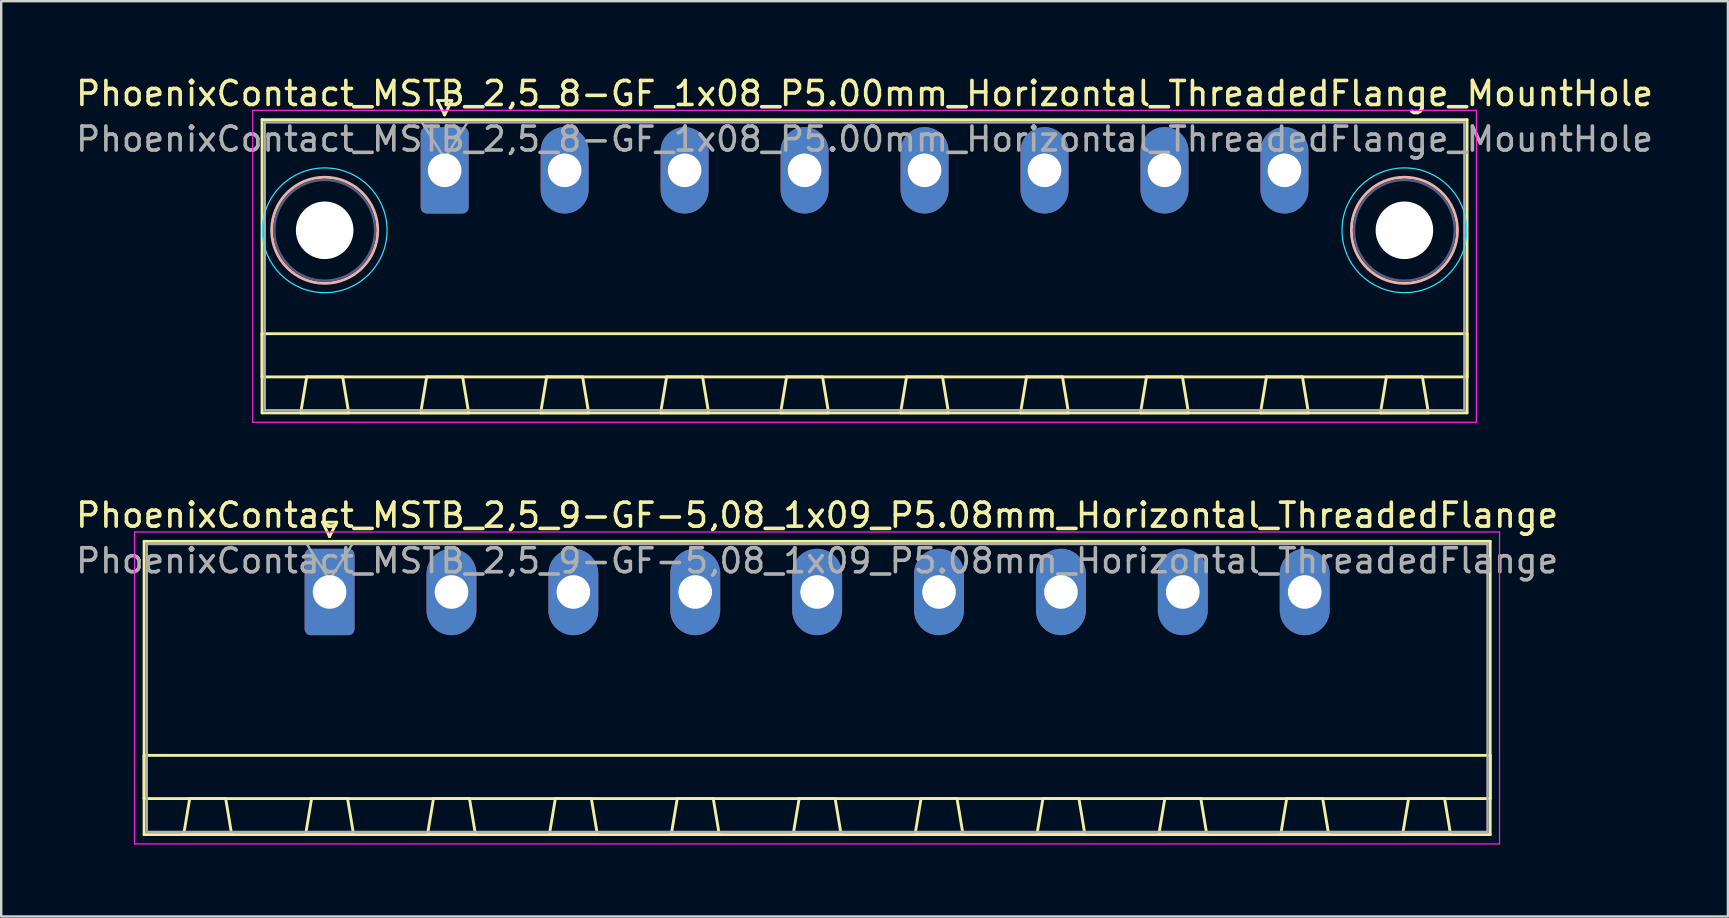
<source format=kicad_pcb>
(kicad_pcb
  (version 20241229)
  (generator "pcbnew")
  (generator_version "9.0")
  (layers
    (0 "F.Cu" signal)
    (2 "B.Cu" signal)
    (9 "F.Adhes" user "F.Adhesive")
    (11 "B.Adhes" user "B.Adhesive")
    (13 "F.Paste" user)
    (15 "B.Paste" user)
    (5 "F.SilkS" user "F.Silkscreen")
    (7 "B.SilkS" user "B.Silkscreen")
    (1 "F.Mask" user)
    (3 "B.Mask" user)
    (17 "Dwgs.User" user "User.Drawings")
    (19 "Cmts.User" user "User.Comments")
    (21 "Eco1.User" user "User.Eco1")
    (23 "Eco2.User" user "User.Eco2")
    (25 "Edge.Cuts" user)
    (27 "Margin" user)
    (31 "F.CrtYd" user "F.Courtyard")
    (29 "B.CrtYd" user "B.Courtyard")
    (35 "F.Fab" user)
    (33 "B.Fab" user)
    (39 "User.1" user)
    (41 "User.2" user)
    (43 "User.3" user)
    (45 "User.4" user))
  (footprint "PhoenixContact_MSTB_2,5_8-GF_1x08_P5.00mm_Horizontal_ThreadedFlange_MountHole"
    (layer "F.Cu")
    (at 15.482 4.048)
    (property "Reference" "PhoenixContact_MSTB_2,5_8-GF_1x08_P5.00mm_Horizontal_ThreadedFlange_MountHole" (at 17.5 -3.2 0) (layer "F.SilkS") (effects (font (size 1 1) (thickness 0.15))))
    (attr through_hole)
    (fp_line (start -7.61 -2.11) (end -7.61 10.11) (stroke (width 0.12) (type solid)) (layer "F.SilkS"))
    (fp_line (start -7.61 6.81) (end 42.61 6.81) (stroke (width 0.12) (type solid)) (layer "F.SilkS"))
    (fp_line (start -7.61 8.61) (end -7.61 6.81) (stroke (width 0.12) (type solid)) (layer "F.SilkS"))
    (fp_line (start -7.61 10.11) (end 42.61 10.11) (stroke (width 0.12) (type solid)) (layer "F.SilkS"))
    (fp_line (start -6 10.11) (end -4 10.11) (stroke (width 0.12) (type solid)) (layer "F.SilkS"))
    (fp_line (start -5.75 8.61) (end -6 10.11) (stroke (width 0.12) (type solid)) (layer "F.SilkS"))
    (fp_line (start -4.25 8.61) (end -5.75 8.61) (stroke (width 0.12) (type solid)) (layer "F.SilkS"))
    (fp_line (start -4 10.11) (end -4.25 8.61) (stroke (width 0.12) (type solid)) (layer "F.SilkS"))
    (fp_line (start -1 10.11) (end 1 10.11) (stroke (width 0.12) (type solid)) (layer "F.SilkS"))
    (fp_line (start -0.75 8.61) (end -1 10.11) (stroke (width 0.12) (type solid)) (layer "F.SilkS"))
    (fp_line (start -0.3 -2.91) (end 0.3 -2.91) (stroke (width 0.12) (type solid)) (layer "F.SilkS"))
    (fp_line (start 0 -2.31) (end -0.3 -2.91) (stroke (width 0.12) (type solid)) (layer "F.SilkS"))
    (fp_line (start 0.3 -2.91) (end 0 -2.31) (stroke (width 0.12) (type solid)) (layer "F.SilkS"))
    (fp_line (start 0.75 8.61) (end -0.75 8.61) (stroke (width 0.12) (type solid)) (layer "F.SilkS"))
    (fp_line (start 1 10.11) (end 0.75 8.61) (stroke (width 0.12) (type solid)) (layer "F.SilkS"))
    (fp_line (start 4 10.11) (end 6 10.11) (stroke (width 0.12) (type solid)) (layer "F.SilkS"))
    (fp_line (start 4.25 8.61) (end 4 10.11) (stroke (width 0.12) (type solid)) (layer "F.SilkS"))
    (fp_line (start 5.75 8.61) (end 4.25 8.61) (stroke (width 0.12) (type solid)) (layer "F.SilkS"))
    (fp_line (start 6 10.11) (end 5.75 8.61) (stroke (width 0.12) (type solid)) (layer "F.SilkS"))
    (fp_line (start 9 10.11) (end 11 10.11) (stroke (width 0.12) (type solid)) (layer "F.SilkS"))
    (fp_line (start 9.25 8.61) (end 9 10.11) (stroke (width 0.12) (type solid)) (layer "F.SilkS"))
    (fp_line (start 10.75 8.61) (end 9.25 8.61) (stroke (width 0.12) (type solid)) (layer "F.SilkS"))
    (fp_line (start 11 10.11) (end 10.75 8.61) (stroke (width 0.12) (type solid)) (layer "F.SilkS"))
    (fp_line (start 14 10.11) (end 16 10.11) (stroke (width 0.12) (type solid)) (layer "F.SilkS"))
    (fp_line (start 14.25 8.61) (end 14 10.11) (stroke (width 0.12) (type solid)) (layer "F.SilkS"))
    (fp_line (start 15.75 8.61) (end 14.25 8.61) (stroke (width 0.12) (type solid)) (layer "F.SilkS"))
    (fp_line (start 16 10.11) (end 15.75 8.61) (stroke (width 0.12) (type solid)) (layer "F.SilkS"))
    (fp_line (start 19 10.11) (end 21 10.11) (stroke (width 0.12) (type solid)) (layer "F.SilkS"))
    (fp_line (start 19.25 8.61) (end 19 10.11) (stroke (width 0.12) (type solid)) (layer "F.SilkS"))
    (fp_line (start 20.75 8.61) (end 19.25 8.61) (stroke (width 0.12) (type solid)) (layer "F.SilkS"))
    (fp_line (start 21 10.11) (end 20.75 8.61) (stroke (width 0.12) (type solid)) (layer "F.SilkS"))
    (fp_line (start 24 10.11) (end 26 10.11) (stroke (width 0.12) (type solid)) (layer "F.SilkS"))
    (fp_line (start 24.25 8.61) (end 24 10.11) (stroke (width 0.12) (type solid)) (layer "F.SilkS"))
    (fp_line (start 25.75 8.61) (end 24.25 8.61) (stroke (width 0.12) (type solid)) (layer "F.SilkS"))
    (fp_line (start 26 10.11) (end 25.75 8.61) (stroke (width 0.12) (type solid)) (layer "F.SilkS"))
    (fp_line (start 29 10.11) (end 31 10.11) (stroke (width 0.12) (type solid)) (layer "F.SilkS"))
    (fp_line (start 29.25 8.61) (end 29 10.11) (stroke (width 0.12) (type solid)) (layer "F.SilkS"))
    (fp_line (start 30.75 8.61) (end 29.25 8.61) (stroke (width 0.12) (type solid)) (layer "F.SilkS"))
    (fp_line (start 31 10.11) (end 30.75 8.61) (stroke (width 0.12) (type solid)) (layer "F.SilkS"))
    (fp_line (start 34 10.11) (end 36 10.11) (stroke (width 0.12) (type solid)) (layer "F.SilkS"))
    (fp_line (start 34.25 8.61) (end 34 10.11) (stroke (width 0.12) (type solid)) (layer "F.SilkS"))
    (fp_line (start 35.75 8.61) (end 34.25 8.61) (stroke (width 0.12) (type solid)) (layer "F.SilkS"))
    (fp_line (start 36 10.11) (end 35.75 8.61) (stroke (width 0.12) (type solid)) (layer "F.SilkS"))
    (fp_line (start 39 10.11) (end 41 10.11) (stroke (width 0.12) (type solid)) (layer "F.SilkS"))
    (fp_line (start 39.25 8.61) (end 39 10.11) (stroke (width 0.12) (type solid)) (layer "F.SilkS"))
    (fp_line (start 40.75 8.61) (end 39.25 8.61) (stroke (width 0.12) (type solid)) (layer "F.SilkS"))
    (fp_line (start 41 10.11) (end 40.75 8.61) (stroke (width 0.12) (type solid)) (layer "F.SilkS"))
    (fp_line (start 42.61 -2.11) (end -7.61 -2.11) (stroke (width 0.12) (type solid)) (layer "F.SilkS"))
    (fp_line (start 42.61 6.81) (end 42.61 8.61) (stroke (width 0.12) (type solid)) (layer "F.SilkS"))
    (fp_line (start 42.61 8.61) (end -7.61 8.61) (stroke (width 0.12) (type solid)) (layer "F.SilkS"))
    (fp_line (start 42.61 10.11) (end 42.61 -2.11) (stroke (width 0.12) (type solid)) (layer "F.SilkS"))
    (fp_circle (center -5 2.5) (end -2.79 2.5) (stroke (width 0.12) (type solid)) (fill no) (layer "B.SilkS"))
    (fp_circle (center 40 2.5) (end 42.21 2.5) (stroke (width 0.12) (type solid)) (fill no) (layer "B.SilkS"))
    (fp_circle (center -5 2.5) (end -2.4 2.5) (stroke (width 0.05) (type solid)) (fill no) (layer "B.CrtYd"))
    (fp_circle (center 40 2.5) (end 42.6 2.5) (stroke (width 0.05) (type solid)) (fill no) (layer "B.CrtYd"))
    (fp_line (start -8 -2.5) (end -8 10.5) (stroke (width 0.05) (type solid)) (layer "F.CrtYd"))
    (fp_line (start -8 10.5) (end 43 10.5) (stroke (width 0.05) (type solid)) (layer "F.CrtYd"))
    (fp_line (start 43 -2.5) (end -8 -2.5) (stroke (width 0.05) (type solid)) (layer "F.CrtYd"))
    (fp_line (start 43 10.5) (end 43 -2.5) (stroke (width 0.05) (type solid)) (layer "F.CrtYd"))
    (fp_circle (center -5 2.5) (end -2.9 2.5) (stroke (width 0.1) (type solid)) (fill no) (layer "B.Fab"))
    (fp_circle (center 40 2.5) (end 42.1 2.5) (stroke (width 0.1) (type solid)) (fill no) (layer "B.Fab"))
    (fp_line (start -7.5 -2) (end -7.5 10) (stroke (width 0.1) (type solid)) (layer "F.Fab"))
    (fp_line (start -7.5 10) (end 42.5 10) (stroke (width 0.1) (type solid)) (layer "F.Fab"))
    (fp_line (start 0 -0.5) (end -0.95 -2) (stroke (width 0.1) (type solid)) (layer "F.Fab"))
    (fp_line (start 0.95 -2) (end 0 -0.5) (stroke (width 0.1) (type solid)) (layer "F.Fab"))
    (fp_line (start 42.5 -2) (end -7.5 -2) (stroke (width 0.1) (type solid)) (layer "F.Fab"))
    (fp_line (start 42.5 10) (end 42.5 -2) (stroke (width 0.1) (type solid)) (layer "F.Fab"))
    (fp_text user "${REFERENCE}" (at 17.5 -1.3 0) (layer "F.Fab") (effects (font (size 1 1) (thickness 0.15))))
    (pad "" np_thru_hole circle (at -5 2.5) (size 2.4 2.4) (drill 2.4) (layers "*.Cu" "*.Mask"))
    (pad "" np_thru_hole circle (at 40 2.5) (size 2.4 2.4) (drill 2.4) (layers "*.Cu" "*.Mask"))
    (pad "1" thru_hole roundrect (at 0 0) (size 2 3.6) (drill 1.4) (layers "*.Cu" "*.Mask") (roundrect_rratio 0.125))
    (pad "2" thru_hole oval (at 5 0) (size 2 3.6) (drill 1.4) (layers "*.Cu" "*.Mask"))
    (pad "3" thru_hole oval (at 10 0) (size 2 3.6) (drill 1.4) (layers "*.Cu" "*.Mask"))
    (pad "4" thru_hole oval (at 15 0) (size 2 3.6) (drill 1.4) (layers "*.Cu" "*.Mask"))
    (pad "5" thru_hole oval (at 20 0) (size 2 3.6) (drill 1.4) (layers "*.Cu" "*.Mask"))
    (pad "6" thru_hole oval (at 25 0) (size 2 3.6) (drill 1.4) (layers "*.Cu" "*.Mask"))
    (pad "7" thru_hole oval (at 30 0) (size 2 3.6) (drill 1.4) (layers "*.Cu" "*.Mask"))
    (pad "8" thru_hole oval (at 35 0) (size 2 3.6) (drill 1.4) (layers "*.Cu" "*.Mask")))
  (footprint "PhoenixContact_MSTB_2,5_9-GF-5,08_1x09_P5.08mm_Horizontal_ThreadedFlange"
    (layer "F.Cu")
    (at 10.686 21.622)
    (property "Reference" "PhoenixContact_MSTB_2,5_9-GF-5,08_1x09_P5.08mm_Horizontal_ThreadedFlange" (at 20.32 -3.2 0) (layer "F.SilkS") (effects (font (size 1 1) (thickness 0.15))))
    (attr through_hole)
    (fp_line (start -7.73 -2.11) (end -7.73 10.11) (stroke (width 0.12) (type solid)) (layer "F.SilkS"))
    (fp_line (start -7.73 6.81) (end 48.37 6.81) (stroke (width 0.12) (type solid)) (layer "F.SilkS"))
    (fp_line (start -7.73 8.61) (end -7.73 6.81) (stroke (width 0.12) (type solid)) (layer "F.SilkS"))
    (fp_line (start -7.73 10.11) (end 48.37 10.11) (stroke (width 0.12) (type solid)) (layer "F.SilkS"))
    (fp_line (start -6.08 10.11) (end -4.08 10.11) (stroke (width 0.12) (type solid)) (layer "F.SilkS"))
    (fp_line (start -5.83 8.61) (end -6.08 10.11) (stroke (width 0.12) (type solid)) (layer "F.SilkS"))
    (fp_line (start -4.33 8.61) (end -5.83 8.61) (stroke (width 0.12) (type solid)) (layer "F.SilkS"))
    (fp_line (start -4.08 10.11) (end -4.33 8.61) (stroke (width 0.12) (type solid)) (layer "F.SilkS"))
    (fp_line (start -1 10.11) (end 1 10.11) (stroke (width 0.12) (type solid)) (layer "F.SilkS"))
    (fp_line (start -0.75 8.61) (end -1 10.11) (stroke (width 0.12) (type solid)) (layer "F.SilkS"))
    (fp_line (start -0.3 -2.91) (end 0.3 -2.91) (stroke (width 0.12) (type solid)) (layer "F.SilkS"))
    (fp_line (start 0 -2.31) (end -0.3 -2.91) (stroke (width 0.12) (type solid)) (layer "F.SilkS"))
    (fp_line (start 0.3 -2.91) (end 0 -2.31) (stroke (width 0.12) (type solid)) (layer "F.SilkS"))
    (fp_line (start 0.75 8.61) (end -0.75 8.61) (stroke (width 0.12) (type solid)) (layer "F.SilkS"))
    (fp_line (start 1 10.11) (end 0.75 8.61) (stroke (width 0.12) (type solid)) (layer "F.SilkS"))
    (fp_line (start 4.08 10.11) (end 6.08 10.11) (stroke (width 0.12) (type solid)) (layer "F.SilkS"))
    (fp_line (start 4.33 8.61) (end 4.08 10.11) (stroke (width 0.12) (type solid)) (layer "F.SilkS"))
    (fp_line (start 5.83 8.61) (end 4.33 8.61) (stroke (width 0.12) (type solid)) (layer "F.SilkS"))
    (fp_line (start 6.08 10.11) (end 5.83 8.61) (stroke (width 0.12) (type solid)) (layer "F.SilkS"))
    (fp_line (start 9.16 10.11) (end 11.16 10.11) (stroke (width 0.12) (type solid)) (layer "F.SilkS"))
    (fp_line (start 9.41 8.61) (end 9.16 10.11) (stroke (width 0.12) (type solid)) (layer "F.SilkS"))
    (fp_line (start 10.91 8.61) (end 9.41 8.61) (stroke (width 0.12) (type solid)) (layer "F.SilkS"))
    (fp_line (start 11.16 10.11) (end 10.91 8.61) (stroke (width 0.12) (type solid)) (layer "F.SilkS"))
    (fp_line (start 14.24 10.11) (end 16.24 10.11) (stroke (width 0.12) (type solid)) (layer "F.SilkS"))
    (fp_line (start 14.49 8.61) (end 14.24 10.11) (stroke (width 0.12) (type solid)) (layer "F.SilkS"))
    (fp_line (start 15.99 8.61) (end 14.49 8.61) (stroke (width 0.12) (type solid)) (layer "F.SilkS"))
    (fp_line (start 16.24 10.11) (end 15.99 8.61) (stroke (width 0.12) (type solid)) (layer "F.SilkS"))
    (fp_line (start 19.32 10.11) (end 21.32 10.11) (stroke (width 0.12) (type solid)) (layer "F.SilkS"))
    (fp_line (start 19.57 8.61) (end 19.32 10.11) (stroke (width 0.12) (type solid)) (layer "F.SilkS"))
    (fp_line (start 21.07 8.61) (end 19.57 8.61) (stroke (width 0.12) (type solid)) (layer "F.SilkS"))
    (fp_line (start 21.32 10.11) (end 21.07 8.61) (stroke (width 0.12) (type solid)) (layer "F.SilkS"))
    (fp_line (start 24.4 10.11) (end 26.4 10.11) (stroke (width 0.12) (type solid)) (layer "F.SilkS"))
    (fp_line (start 24.65 8.61) (end 24.4 10.11) (stroke (width 0.12) (type solid)) (layer "F.SilkS"))
    (fp_line (start 26.15 8.61) (end 24.65 8.61) (stroke (width 0.12) (type solid)) (layer "F.SilkS"))
    (fp_line (start 26.4 10.11) (end 26.15 8.61) (stroke (width 0.12) (type solid)) (layer "F.SilkS"))
    (fp_line (start 29.48 10.11) (end 31.48 10.11) (stroke (width 0.12) (type solid)) (layer "F.SilkS"))
    (fp_line (start 29.73 8.61) (end 29.48 10.11) (stroke (width 0.12) (type solid)) (layer "F.SilkS"))
    (fp_line (start 31.23 8.61) (end 29.73 8.61) (stroke (width 0.12) (type solid)) (layer "F.SilkS"))
    (fp_line (start 31.48 10.11) (end 31.23 8.61) (stroke (width 0.12) (type solid)) (layer "F.SilkS"))
    (fp_line (start 34.56 10.11) (end 36.56 10.11) (stroke (width 0.12) (type solid)) (layer "F.SilkS"))
    (fp_line (start 34.81 8.61) (end 34.56 10.11) (stroke (width 0.12) (type solid)) (layer "F.SilkS"))
    (fp_line (start 36.31 8.61) (end 34.81 8.61) (stroke (width 0.12) (type solid)) (layer "F.SilkS"))
    (fp_line (start 36.56 10.11) (end 36.31 8.61) (stroke (width 0.12) (type solid)) (layer "F.SilkS"))
    (fp_line (start 39.64 10.11) (end 41.64 10.11) (stroke (width 0.12) (type solid)) (layer "F.SilkS"))
    (fp_line (start 39.89 8.61) (end 39.64 10.11) (stroke (width 0.12) (type solid)) (layer "F.SilkS"))
    (fp_line (start 41.39 8.61) (end 39.89 8.61) (stroke (width 0.12) (type solid)) (layer "F.SilkS"))
    (fp_line (start 41.64 10.11) (end 41.39 8.61) (stroke (width 0.12) (type solid)) (layer "F.SilkS"))
    (fp_line (start 44.72 10.11) (end 46.72 10.11) (stroke (width 0.12) (type solid)) (layer "F.SilkS"))
    (fp_line (start 44.97 8.61) (end 44.72 10.11) (stroke (width 0.12) (type solid)) (layer "F.SilkS"))
    (fp_line (start 46.47 8.61) (end 44.97 8.61) (stroke (width 0.12) (type solid)) (layer "F.SilkS"))
    (fp_line (start 46.72 10.11) (end 46.47 8.61) (stroke (width 0.12) (type solid)) (layer "F.SilkS"))
    (fp_line (start 48.37 -2.11) (end -7.73 -2.11) (stroke (width 0.12) (type solid)) (layer "F.SilkS"))
    (fp_line (start 48.37 6.81) (end 48.37 8.61) (stroke (width 0.12) (type solid)) (layer "F.SilkS"))
    (fp_line (start 48.37 8.61) (end -7.73 8.61) (stroke (width 0.12) (type solid)) (layer "F.SilkS"))
    (fp_line (start 48.37 10.11) (end 48.37 -2.11) (stroke (width 0.12) (type solid)) (layer "F.SilkS"))
    (fp_line (start -8.13 -2.5) (end -8.13 10.5) (stroke (width 0.05) (type solid)) (layer "F.CrtYd"))
    (fp_line (start -8.13 10.5) (end 48.76 10.5) (stroke (width 0.05) (type solid)) (layer "F.CrtYd"))
    (fp_line (start 48.76 -2.5) (end -8.13 -2.5) (stroke (width 0.05) (type solid)) (layer "F.CrtYd"))
    (fp_line (start 48.76 10.5) (end 48.76 -2.5) (stroke (width 0.05) (type solid)) (layer "F.CrtYd"))
    (fp_line (start -7.62 -2) (end -7.62 10) (stroke (width 0.1) (type solid)) (layer "F.Fab"))
    (fp_line (start -7.62 10) (end 48.26 10) (stroke (width 0.1) (type solid)) (layer "F.Fab"))
    (fp_line (start 0 -0.5) (end -0.95 -2) (stroke (width 0.1) (type solid)) (layer "F.Fab"))
    (fp_line (start 0.95 -2) (end 0 -0.5) (stroke (width 0.1) (type solid)) (layer "F.Fab"))
    (fp_line (start 48.26 -2) (end -7.62 -2) (stroke (width 0.1) (type solid)) (layer "F.Fab"))
    (fp_line (start 48.26 10) (end 48.26 -2) (stroke (width 0.1) (type solid)) (layer "F.Fab"))
    (fp_text user "${REFERENCE}" (at 20.32 -1.3 0) (layer "F.Fab") (effects (font (size 1 1) (thickness 0.15))))
    (pad "1" thru_hole roundrect (at 0 0) (size 2.08 3.6) (drill 1.4) (layers "*.Cu" "*.Mask") (roundrect_rratio 0.12))
    (pad "2" thru_hole oval (at 5.08 0) (size 2.08 3.6) (drill 1.4) (layers "*.Cu" "*.Mask"))
    (pad "3" thru_hole oval (at 10.16 0) (size 2.08 3.6) (drill 1.4) (layers "*.Cu" "*.Mask"))
    (pad "4" thru_hole oval (at 15.24 0) (size 2.08 3.6) (drill 1.4) (layers "*.Cu" "*.Mask"))
    (pad "5" thru_hole oval (at 20.32 0) (size 2.08 3.6) (drill 1.4) (layers "*.Cu" "*.Mask"))
    (pad "6" thru_hole oval (at 25.4 0) (size 2.08 3.6) (drill 1.4) (layers "*.Cu" "*.Mask"))
    (pad "7" thru_hole oval (at 30.48 0) (size 2.08 3.6) (drill 1.4) (layers "*.Cu" "*.Mask"))
    (pad "8" thru_hole oval (at 35.56 0) (size 2.08 3.6) (drill 1.4) (layers "*.Cu" "*.Mask"))
    (pad "9" thru_hole oval (at 40.64 0) (size 2.08 3.6) (drill 1.4) (layers "*.Cu" "*.Mask")))
  (gr_rect
    (start -3 -3)
    (end 68.964 35.147)
    (stroke (width 0.1) (type default))
    (fill no)
    (layer "Edge.Cuts")))
</source>
